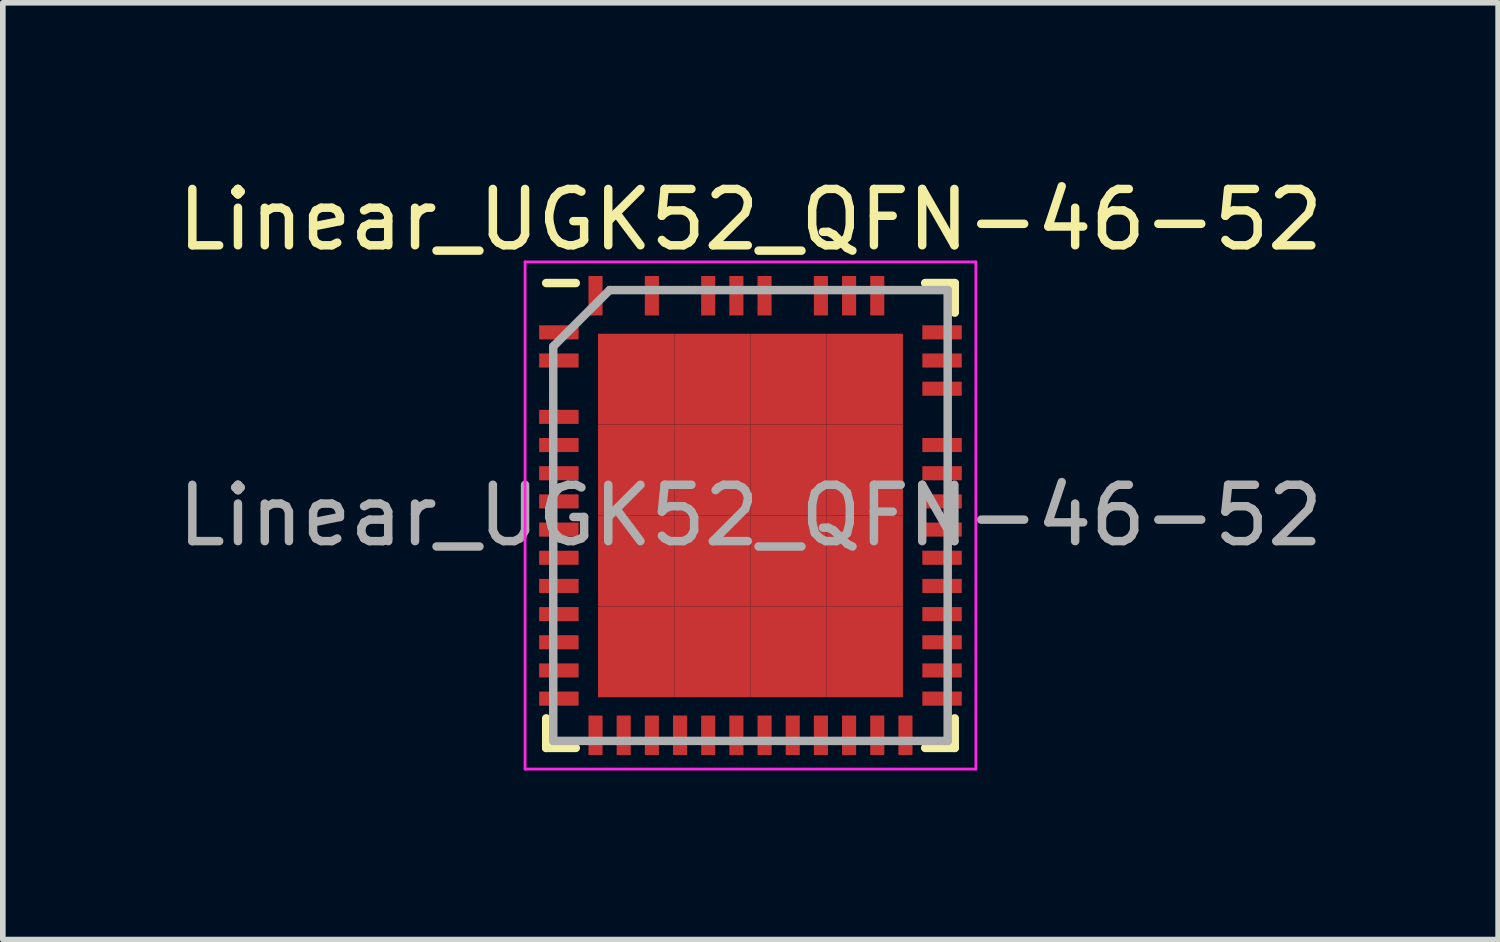
<source format=kicad_pcb>
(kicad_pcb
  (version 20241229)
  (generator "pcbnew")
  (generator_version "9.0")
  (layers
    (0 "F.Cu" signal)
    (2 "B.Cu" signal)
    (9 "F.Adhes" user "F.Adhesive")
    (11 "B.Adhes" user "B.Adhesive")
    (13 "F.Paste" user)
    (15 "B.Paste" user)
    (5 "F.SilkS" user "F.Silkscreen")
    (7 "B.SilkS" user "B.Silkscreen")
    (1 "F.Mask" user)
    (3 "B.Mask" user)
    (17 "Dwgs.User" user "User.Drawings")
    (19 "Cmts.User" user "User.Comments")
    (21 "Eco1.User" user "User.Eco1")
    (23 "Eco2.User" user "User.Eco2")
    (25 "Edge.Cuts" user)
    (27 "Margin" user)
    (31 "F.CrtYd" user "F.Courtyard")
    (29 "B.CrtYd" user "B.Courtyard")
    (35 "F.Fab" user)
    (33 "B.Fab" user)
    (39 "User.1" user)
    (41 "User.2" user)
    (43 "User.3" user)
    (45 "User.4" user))
  (footprint "Linear_UGK52_QFN-46-52"
    (layer "F.Cu")
    (at 10.268 6.098)
    (property "Reference" "Linear_UGK52_QFN-46-52" (at 0 -5.25 0) (layer "F.SilkS") (effects (font (size 1 1) (thickness 0.15))))
    (attr smd)
    (fp_line (start -3.625 -4.125) (end -3.1 -4.125) (stroke (width 0.15) (type solid)) (layer "F.SilkS"))
    (fp_line (start -3.625 4.125) (end -3.625 3.6) (stroke (width 0.15) (type solid)) (layer "F.SilkS"))
    (fp_line (start -3.625 4.125) (end -3.1 4.125) (stroke (width 0.15) (type solid)) (layer "F.SilkS"))
    (fp_line (start 3.625 -4.125) (end 3.1 -4.125) (stroke (width 0.15) (type solid)) (layer "F.SilkS"))
    (fp_line (start 3.625 -4.125) (end 3.625 -3.6) (stroke (width 0.15) (type solid)) (layer "F.SilkS"))
    (fp_line (start 3.625 4.125) (end 3.1 4.125) (stroke (width 0.15) (type solid)) (layer "F.SilkS"))
    (fp_line (start 3.625 4.125) (end 3.625 3.6) (stroke (width 0.15) (type solid)) (layer "F.SilkS"))
    (fp_line (start -4 -4.5) (end -4 4.5) (stroke (width 0.05) (type solid)) (layer "F.CrtYd"))
    (fp_line (start -4 -4.5) (end 4 -4.5) (stroke (width 0.05) (type solid)) (layer "F.CrtYd"))
    (fp_line (start -4 4.5) (end 4 4.5) (stroke (width 0.05) (type solid)) (layer "F.CrtYd"))
    (fp_line (start 4 -4.5) (end 4 4.5) (stroke (width 0.05) (type solid)) (layer "F.CrtYd"))
    (fp_line (start -3.5 -3) (end -2.5 -4) (stroke (width 0.15) (type solid)) (layer "F.Fab"))
    (fp_line (start -3.5 4) (end -3.5 -3) (stroke (width 0.15) (type solid)) (layer "F.Fab"))
    (fp_line (start -2.5 -4) (end 3.5 -4) (stroke (width 0.15) (type solid)) (layer "F.Fab"))
    (fp_line (start 3.5 -4) (end 3.5 4) (stroke (width 0.15) (type solid)) (layer "F.Fab"))
    (fp_line (start 3.5 4) (end -3.5 4) (stroke (width 0.15) (type solid)) (layer "F.Fab"))
    (fp_text user "${REFERENCE}" (at 0 0 0) (layer "F.Fab") (effects (font (size 1 1) (thickness 0.15))))
    (pad "1" smd rect (at -3.4 -3.25) (size 0.7 0.25) (layers "F.Cu" "F.Mask" "F.Paste"))
    (pad "2" smd rect (at -3.4 -2.75) (size 0.7 0.25) (layers "F.Cu" "F.Mask" "F.Paste"))
    (pad "4" smd rect (at -3.4 -1.75) (size 0.7 0.25) (layers "F.Cu" "F.Mask" "F.Paste"))
    (pad "5" smd rect (at -3.4 -1.25) (size 0.7 0.25) (layers "F.Cu" "F.Mask" "F.Paste"))
    (pad "6" smd rect (at -3.4 -0.75) (size 0.7 0.25) (layers "F.Cu" "F.Mask" "F.Paste"))
    (pad "7" smd rect (at -3.4 -0.25) (size 0.7 0.25) (layers "F.Cu" "F.Mask" "F.Paste"))
    (pad "8" smd rect (at -3.4 0.25) (size 0.7 0.25) (layers "F.Cu" "F.Mask" "F.Paste"))
    (pad "9" smd rect (at -3.4 0.75) (size 0.7 0.25) (layers "F.Cu" "F.Mask" "F.Paste"))
    (pad "10" smd rect (at -3.4 1.25) (size 0.7 0.25) (layers "F.Cu" "F.Mask" "F.Paste"))
    (pad "11" smd rect (at -3.4 1.75) (size 0.7 0.25) (layers "F.Cu" "F.Mask" "F.Paste"))
    (pad "12" smd rect (at -3.4 2.25) (size 0.7 0.25) (layers "F.Cu" "F.Mask" "F.Paste"))
    (pad "13" smd rect (at -3.4 2.75) (size 0.7 0.25) (layers "F.Cu" "F.Mask" "F.Paste"))
    (pad "14" smd rect (at -3.4 3.25) (size 0.7 0.25) (layers "F.Cu" "F.Mask" "F.Paste"))
    (pad "15" smd rect (at -2.75 3.9 90) (size 0.7 0.25) (layers "F.Cu" "F.Mask" "F.Paste"))
    (pad "16" smd rect (at -2.25 3.9 90) (size 0.7 0.25) (layers "F.Cu" "F.Mask" "F.Paste"))
    (pad "17" smd rect (at -1.75 3.9 90) (size 0.7 0.25) (layers "F.Cu" "F.Mask" "F.Paste"))
    (pad "18" smd rect (at -1.25 3.9 90) (size 0.7 0.25) (layers "F.Cu" "F.Mask" "F.Paste"))
    (pad "19" smd rect (at -0.75 3.9 90) (size 0.7 0.25) (layers "F.Cu" "F.Mask" "F.Paste"))
    (pad "20" smd rect (at -0.25 3.9 90) (size 0.7 0.25) (layers "F.Cu" "F.Mask" "F.Paste"))
    (pad "21" smd rect (at 0.25 3.9 90) (size 0.7 0.25) (layers "F.Cu" "F.Mask" "F.Paste"))
    (pad "22" smd rect (at 0.75 3.9 90) (size 0.7 0.25) (layers "F.Cu" "F.Mask" "F.Paste"))
    (pad "23" smd rect (at 1.25 3.9 90) (size 0.7 0.25) (layers "F.Cu" "F.Mask" "F.Paste"))
    (pad "24" smd rect (at 1.75 3.9 90) (size 0.7 0.25) (layers "F.Cu" "F.Mask" "F.Paste"))
    (pad "25" smd rect (at 2.25 3.9 90) (size 0.7 0.25) (layers "F.Cu" "F.Mask" "F.Paste"))
    (pad "26" smd rect (at 2.75 3.9 90) (size 0.7 0.25) (layers "F.Cu" "F.Mask" "F.Paste"))
    (pad "27" smd rect (at 3.4 3.25) (size 0.7 0.25) (layers "F.Cu" "F.Mask" "F.Paste"))
    (pad "28" smd rect (at 3.4 2.75) (size 0.7 0.25) (layers "F.Cu" "F.Mask" "F.Paste"))
    (pad "29" smd rect (at 3.4 2.25) (size 0.7 0.25) (layers "F.Cu" "F.Mask" "F.Paste"))
    (pad "30" smd rect (at 3.4 1.75) (size 0.7 0.25) (layers "F.Cu" "F.Mask" "F.Paste"))
    (pad "31" smd rect (at 3.4 1.25) (size 0.7 0.25) (layers "F.Cu" "F.Mask" "F.Paste"))
    (pad "32" smd rect (at 3.4 0.75) (size 0.7 0.25) (layers "F.Cu" "F.Mask" "F.Paste"))
    (pad "33" smd rect (at 3.4 0.25) (size 0.7 0.25) (layers "F.Cu" "F.Mask" "F.Paste"))
    (pad "34" smd rect (at 3.4 -0.25) (size 0.7 0.25) (layers "F.Cu" "F.Mask" "F.Paste"))
    (pad "35" smd rect (at 3.4 -0.75) (size 0.7 0.25) (layers "F.Cu" "F.Mask" "F.Paste"))
    (pad "36" smd rect (at 3.4 -1.25) (size 0.7 0.25) (layers "F.Cu" "F.Mask" "F.Paste"))
    (pad "38" smd rect (at 3.4 -2.25) (size 0.7 0.25) (layers "F.Cu" "F.Mask" "F.Paste"))
    (pad "39" smd rect (at 3.4 -2.75) (size 0.7 0.25) (layers "F.Cu" "F.Mask" "F.Paste"))
    (pad "40" smd rect (at 3.4 -3.25) (size 0.7 0.25) (layers "F.Cu" "F.Mask" "F.Paste"))
    (pad "42" smd rect (at 2.25 -3.9 90) (size 0.7 0.25) (layers "F.Cu" "F.Mask" "F.Paste"))
    (pad "43" smd rect (at 1.75 -3.9 90) (size 0.7 0.25) (layers "F.Cu" "F.Mask" "F.Paste"))
    (pad "44" smd rect (at 1.25 -3.9 90) (size 0.7 0.25) (layers "F.Cu" "F.Mask" "F.Paste"))
    (pad "46" smd rect (at 0.25 -3.9 90) (size 0.7 0.25) (layers "F.Cu" "F.Mask" "F.Paste"))
    (pad "47" smd rect (at -0.25 -3.9 90) (size 0.7 0.25) (layers "F.Cu" "F.Mask" "F.Paste"))
    (pad "48" smd rect (at -0.75 -3.9 90) (size 0.7 0.25) (layers "F.Cu" "F.Mask" "F.Paste"))
    (pad "50" smd rect (at -1.75 -3.9 90) (size 0.7 0.25) (layers "F.Cu" "F.Mask" "F.Paste"))
    (pad "52" smd rect (at -2.75 -3.9 90) (size 0.7 0.25) (layers "F.Cu" "F.Mask" "F.Paste"))
    (pad "53" smd rect (at -2.029 -2.419) (size 1.353 1.613) (layers "F.Cu" "F.Mask" "F.Paste"))
    (pad "53" smd rect (at -2.029 -0.806) (size 1.353 1.613) (layers "F.Cu" "F.Mask" "F.Paste"))
    (pad "53" smd rect (at -2.029 0.806) (size 1.353 1.613) (layers "F.Cu" "F.Mask" "F.Paste"))
    (pad "53" smd rect (at -2.029 2.419) (size 1.353 1.613) (layers "F.Cu" "F.Mask" "F.Paste"))
    (pad "53" smd rect (at -0.676 -2.419) (size 1.353 1.613) (layers "F.Cu" "F.Mask" "F.Paste"))
    (pad "53" smd rect (at -0.676 -0.806) (size 1.353 1.613) (layers "F.Cu" "F.Mask" "F.Paste"))
    (pad "53" smd rect (at -0.676 0.806) (size 1.353 1.613) (layers "F.Cu" "F.Mask" "F.Paste"))
    (pad "53" smd rect (at -0.676 2.419) (size 1.353 1.613) (layers "F.Cu" "F.Mask" "F.Paste"))
    (pad "53" smd rect (at 0.676 -2.419) (size 1.353 1.613) (layers "F.Cu" "F.Mask" "F.Paste"))
    (pad "53" smd rect (at 0.676 -0.806) (size 1.353 1.613) (layers "F.Cu" "F.Mask" "F.Paste"))
    (pad "53" smd rect (at 0.676 0.806) (size 1.353 1.613) (layers "F.Cu" "F.Mask" "F.Paste"))
    (pad "53" smd rect (at 0.676 2.419) (size 1.353 1.613) (layers "F.Cu" "F.Mask" "F.Paste"))
    (pad "53" smd rect (at 2.029 -2.419) (size 1.353 1.613) (layers "F.Cu" "F.Mask" "F.Paste"))
    (pad "53" smd rect (at 2.029 -0.806) (size 1.353 1.613) (layers "F.Cu" "F.Mask" "F.Paste"))
    (pad "53" smd rect (at 2.029 0.806) (size 1.353 1.613) (layers "F.Cu" "F.Mask" "F.Paste"))
    (pad "53" smd rect (at 2.029 2.419) (size 1.353 1.613) (layers "F.Cu" "F.Mask" "F.Paste")))
  (gr_rect
    (start -3 -3)
    (end 23.536 13.623)
    (stroke (width 0.1) (type default))
    (fill no)
    (layer "Edge.Cuts")))
</source>
